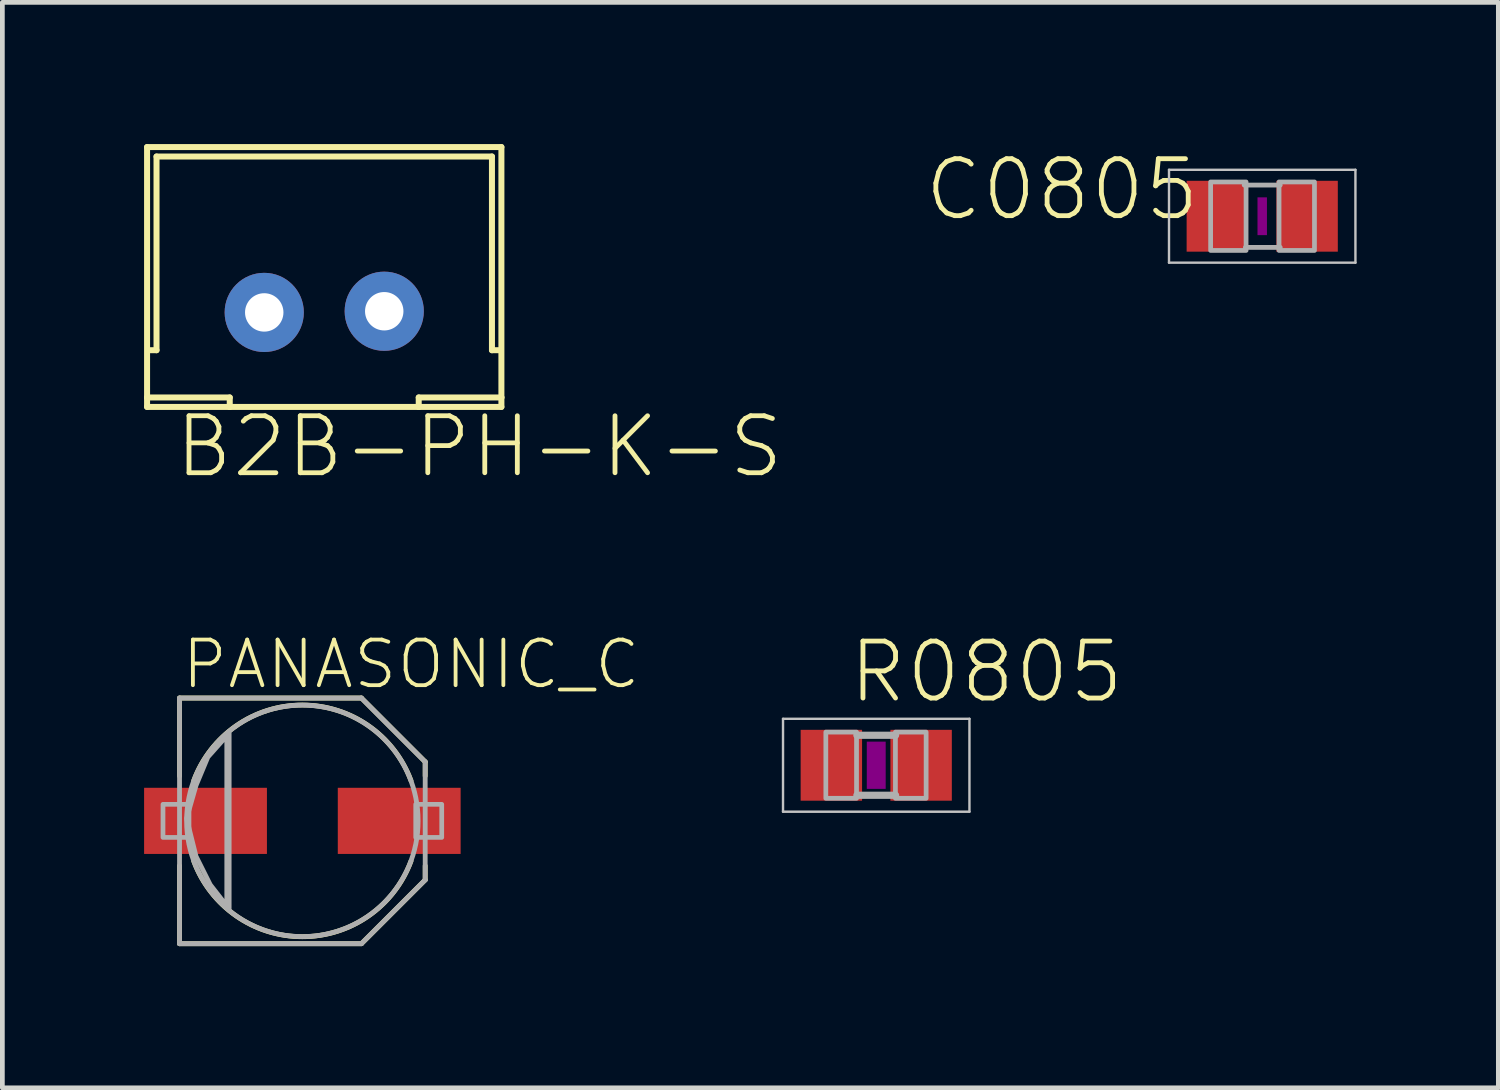
<source format=kicad_pcb>
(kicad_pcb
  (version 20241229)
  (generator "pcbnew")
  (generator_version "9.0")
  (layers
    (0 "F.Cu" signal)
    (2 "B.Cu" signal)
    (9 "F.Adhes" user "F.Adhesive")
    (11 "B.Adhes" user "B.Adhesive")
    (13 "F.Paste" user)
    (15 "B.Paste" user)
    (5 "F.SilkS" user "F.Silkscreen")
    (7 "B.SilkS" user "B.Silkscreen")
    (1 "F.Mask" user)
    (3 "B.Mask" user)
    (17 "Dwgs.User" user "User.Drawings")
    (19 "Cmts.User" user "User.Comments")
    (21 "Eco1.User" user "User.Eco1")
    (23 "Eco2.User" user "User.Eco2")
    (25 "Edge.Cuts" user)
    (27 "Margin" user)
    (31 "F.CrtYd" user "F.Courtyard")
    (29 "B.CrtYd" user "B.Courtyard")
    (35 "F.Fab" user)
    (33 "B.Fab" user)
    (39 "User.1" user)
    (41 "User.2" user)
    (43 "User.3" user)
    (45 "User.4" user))
  (footprint "PANASONIC_C"
    (layer "F.Cu")
    (at 3.35 14.325)
    (property "Reference" "PANASONIC_C" (at -2.6 -2.75 0) (layer "F.SilkS") (effects (font (size 0.965 0.965) (thickness 0.081)) (justify left bottom)))
    (attr through_hole)
    (fp_line (start -2.6 -2.6) (end 1.25 -2.6) (stroke (width 0.102) (type solid)) (layer "F.SilkS"))
    (fp_line (start -2.6 -0.95) (end -2.6 -2.6) (stroke (width 0.102) (type solid)) (layer "F.SilkS"))
    (fp_line (start -2.6 2.6) (end -2.6 0.95) (stroke (width 0.102) (type solid)) (layer "F.SilkS"))
    (fp_line (start 1.25 -2.6) (end 2.6 -1.25) (stroke (width 0.102) (type solid)) (layer "F.SilkS"))
    (fp_line (start 1.25 2.6) (end -2.6 2.6) (stroke (width 0.102) (type solid)) (layer "F.SilkS"))
    (fp_line (start 2.6 -1.25) (end 2.6 -0.95) (stroke (width 0.102) (type solid)) (layer "F.SilkS"))
    (fp_line (start 2.6 0.95) (end 2.6 1.25) (stroke (width 0.102) (type solid)) (layer "F.SilkS"))
    (fp_line (start 2.6 1.25) (end 1.25 2.6) (stroke (width 0.102) (type solid)) (layer "F.SilkS"))
    (fp_arc (start -2.3 -0.85) (mid 0 -2.45204) (end 2.3 -0.85) (stroke (width 0.1016) (type solid)) (layer "F.SilkS"))
    (fp_arc (start 2.3 0.85) (mid 0 2.45204) (end -2.3 0.85) (stroke (width 0.1016) (type solid)) (layer "F.SilkS"))
    (fp_line (start -2.6 -2.6) (end 1.25 -2.6) (stroke (width 0.102) (type solid)) (layer "F.Fab"))
    (fp_line (start -2.6 2.6) (end -2.6 -2.6) (stroke (width 0.102) (type solid)) (layer "F.Fab"))
    (fp_line (start -1.55 -1.85) (end -1.55 1.85) (stroke (width 0.102) (type solid)) (layer "F.Fab"))
    (fp_line (start 1.25 -2.6) (end 2.6 -1.25) (stroke (width 0.102) (type solid)) (layer "F.Fab"))
    (fp_line (start 1.25 2.6) (end -2.6 2.6) (stroke (width 0.102) (type solid)) (layer "F.Fab"))
    (fp_line (start 2.6 -1.25) (end 2.6 1.25) (stroke (width 0.102) (type solid)) (layer "F.Fab"))
    (fp_line (start 2.6 1.25) (end 1.25 2.6) (stroke (width 0.102) (type solid)) (layer "F.Fab"))
    (fp_circle (center 0 0) (end 2.45 0) (stroke (width 0.102) (type solid)) (fill no) (layer "F.Fab"))
    (fp_poly (pts (xy -2.95 0.35) (xy -2.4 0.35) (xy -2.4 -0.35) (xy -2.95 -0.35)) (stroke (width 0.1) (type solid)) (fill no) (layer "F.Fab"))
    (fp_poly (pts (xy 2.4 0.35) (xy 2.95 0.35) (xy 2.95 -0.35) (xy 2.4 -0.35)) (stroke (width 0.1) (type solid)) (fill no) (layer "F.Fab"))
    (fp_poly (pts (xy -1.6 -1.8) (xy -2 -1.35) (xy -2.25 -0.75) (xy -2.45 -0.05) (xy -2.25 0.75) (xy -1.95 1.35) (xy -1.6 1.8)) (stroke (width 0.1) (type solid)) (fill no) (layer "F.Fab"))
    (pad "+" smd rect (at 2.05 0) (size 2.6 1.4) (layers "F.Cu" "F.Mask" "F.Paste"))
    (pad "-" smd rect (at -2.05 0) (size 2.6 1.4) (layers "F.Cu" "F.Mask" "F.Paste")))
  (footprint "R0805"
    (layer "F.Cu")
    (at 15.497 13.148)
    (property "Reference" "R0805" (at -0.635 -1.27 0) (layer "F.SilkS") (effects (font (size 1.206 1.206) (thickness 0.102)) (justify left bottom)))
    (attr through_hole)
    (fp_poly (pts (xy -0.2 0.5) (xy 0.2 0.5) (xy 0.2 -0.5) (xy -0.2 -0.5)) (stroke (width 0) (type solid)) (fill yes) (layer "F.Adhes"))
    (fp_line (start -1.973 -0.983) (end 1.973 -0.983) (stroke (width 0.051) (type solid)) (layer "Dwgs.User"))
    (fp_line (start -1.973 0.983) (end -1.973 -0.983) (stroke (width 0.051) (type solid)) (layer "Dwgs.User"))
    (fp_line (start 1.973 -0.983) (end 1.973 0.983) (stroke (width 0.051) (type solid)) (layer "Dwgs.User"))
    (fp_line (start 1.973 0.983) (end -1.973 0.983) (stroke (width 0.051) (type solid)) (layer "Dwgs.User"))
    (fp_line (start -0.41 -0.635) (end 0.41 -0.635) (stroke (width 0.152) (type solid)) (layer "F.Fab"))
    (fp_line (start -0.41 0.635) (end 0.41 0.635) (stroke (width 0.152) (type solid)) (layer "F.Fab"))
    (fp_poly (pts (xy -1.067 0.699) (xy -0.417 0.699) (xy -0.417 -0.702) (xy -1.067 -0.702)) (stroke (width 0.1) (type solid)) (fill no) (layer "F.Fab"))
    (fp_poly (pts (xy 0.406 0.699) (xy 1.056 0.699) (xy 1.056 -0.702) (xy 0.406 -0.702)) (stroke (width 0.1) (type solid)) (fill no) (layer "F.Fab"))
    (pad "1" smd rect (at -0.95 0) (size 1.3 1.5) (layers "F.Cu" "F.Mask" "F.Paste"))
    (pad "2" smd rect (at 0.95 0) (size 1.3 1.5) (layers "F.Cu" "F.Mask" "F.Paste")))
  (footprint "B2B-PH-K-S"
    (layer "F.Cu")
    (at 3.813 3.563)
    (property "Reference" "B2B-PH-K-S" (at -3.216 3.546 0) (layer "F.SilkS") (effects (font (size 1.206 1.206) (thickness 0.102)) (justify left bottom)))
    (attr through_hole)
    (fp_line (start -3.75 -3.5) (end 3.75 -3.5) (stroke (width 0.127) (type solid)) (layer "F.SilkS"))
    (fp_line (start -3.75 1.8) (end -3.75 -3.5) (stroke (width 0.127) (type solid)) (layer "F.SilkS"))
    (fp_line (start -3.75 2) (end -3.75 1.8) (stroke (width 0.127) (type solid)) (layer "F.SilkS"))
    (fp_line (start -3.75 2) (end -2 2) (stroke (width 0.127) (type solid)) (layer "F.SilkS"))
    (fp_line (start -3.55 -3.3) (end -3.55 0.8) (stroke (width 0.127) (type solid)) (layer "F.SilkS"))
    (fp_line (start -3.55 0.8) (end -3.7 0.8) (stroke (width 0.127) (type solid)) (layer "F.SilkS"))
    (fp_line (start -2 1.8) (end -3.75 1.8) (stroke (width 0.127) (type solid)) (layer "F.SilkS"))
    (fp_line (start -2 2) (end -2 1.8) (stroke (width 0.127) (type solid)) (layer "F.SilkS"))
    (fp_line (start -2 2) (end 2 2) (stroke (width 0.127) (type solid)) (layer "F.SilkS"))
    (fp_line (start 2 1.8) (end 3.75 1.8) (stroke (width 0.127) (type solid)) (layer "F.SilkS"))
    (fp_line (start 2 2) (end 2 1.8) (stroke (width 0.127) (type solid)) (layer "F.SilkS"))
    (fp_line (start 2 2) (end 3.75 2) (stroke (width 0.127) (type solid)) (layer "F.SilkS"))
    (fp_line (start 3.55 -3.3) (end -3.55 -3.3) (stroke (width 0.127) (type solid)) (layer "F.SilkS"))
    (fp_line (start 3.55 0.8) (end 3.55 -3.3) (stroke (width 0.127) (type solid)) (layer "F.SilkS"))
    (fp_line (start 3.7 0.8) (end 3.55 0.8) (stroke (width 0.127) (type solid)) (layer "F.SilkS"))
    (fp_line (start 3.75 1.8) (end 3.75 -3.5) (stroke (width 0.127) (type solid)) (layer "F.SilkS"))
    (fp_line (start 3.75 2) (end 3.75 1.8) (stroke (width 0.127) (type solid)) (layer "F.SilkS"))
    (pad "1" thru_hole circle (at 1.27 -0.025) (size 1.676 1.676) (drill 0.813) (layers "*.Cu" "*.Mask"))
    (pad "2" thru_hole circle (at -1.27 0) (size 1.676 1.676) (drill 0.813) (layers "*.Cu" "*.Mask")))
  (footprint "C0805"
    (layer "F.Cu")
    (at 23.667 1.527)
    (property "Reference" "C0805" (at -1.27 -1.27 0) (layer "F.SilkS") (effects (font (size 1.206 1.206) (thickness 0.102)) (justify right top)))
    (attr through_hole)
    (fp_poly (pts (xy -0.1 0.4) (xy 0.1 0.4) (xy 0.1 -0.4) (xy -0.1 -0.4)) (stroke (width 0) (type solid)) (fill yes) (layer "F.Adhes"))
    (fp_line (start -1.973 -0.983) (end 1.973 -0.983) (stroke (width 0.051) (type solid)) (layer "Dwgs.User"))
    (fp_line (start -1.973 0.983) (end -1.973 -0.983) (stroke (width 0.051) (type solid)) (layer "Dwgs.User"))
    (fp_line (start 1.973 -0.983) (end 1.973 0.983) (stroke (width 0.051) (type solid)) (layer "Dwgs.User"))
    (fp_line (start 1.973 0.983) (end -1.973 0.983) (stroke (width 0.051) (type solid)) (layer "Dwgs.User"))
    (fp_line (start -0.381 -0.66) (end 0.381 -0.66) (stroke (width 0.102) (type solid)) (layer "F.Fab"))
    (fp_line (start -0.356 0.66) (end 0.381 0.66) (stroke (width 0.102) (type solid)) (layer "F.Fab"))
    (fp_poly (pts (xy -1.092 0.724) (xy -0.342 0.724) (xy -0.342 -0.726) (xy -1.092 -0.726)) (stroke (width 0.1) (type solid)) (fill no) (layer "F.Fab"))
    (fp_poly (pts (xy 0.356 0.724) (xy 1.106 0.724) (xy 1.106 -0.726) (xy 0.356 -0.726)) (stroke (width 0.1) (type solid)) (fill no) (layer "F.Fab"))
    (pad "1" smd rect (at -0.95 0) (size 1.3 1.5) (layers "F.Cu" "F.Mask" "F.Paste"))
    (pad "2" smd rect (at 0.95 0) (size 1.3 1.5) (layers "F.Cu" "F.Mask" "F.Paste")))
  (gr_rect
    (start -3 -3)
    (end 28.665 19.976)
    (stroke (width 0.1) (type default))
    (fill no)
    (layer "Edge.Cuts")))
</source>
